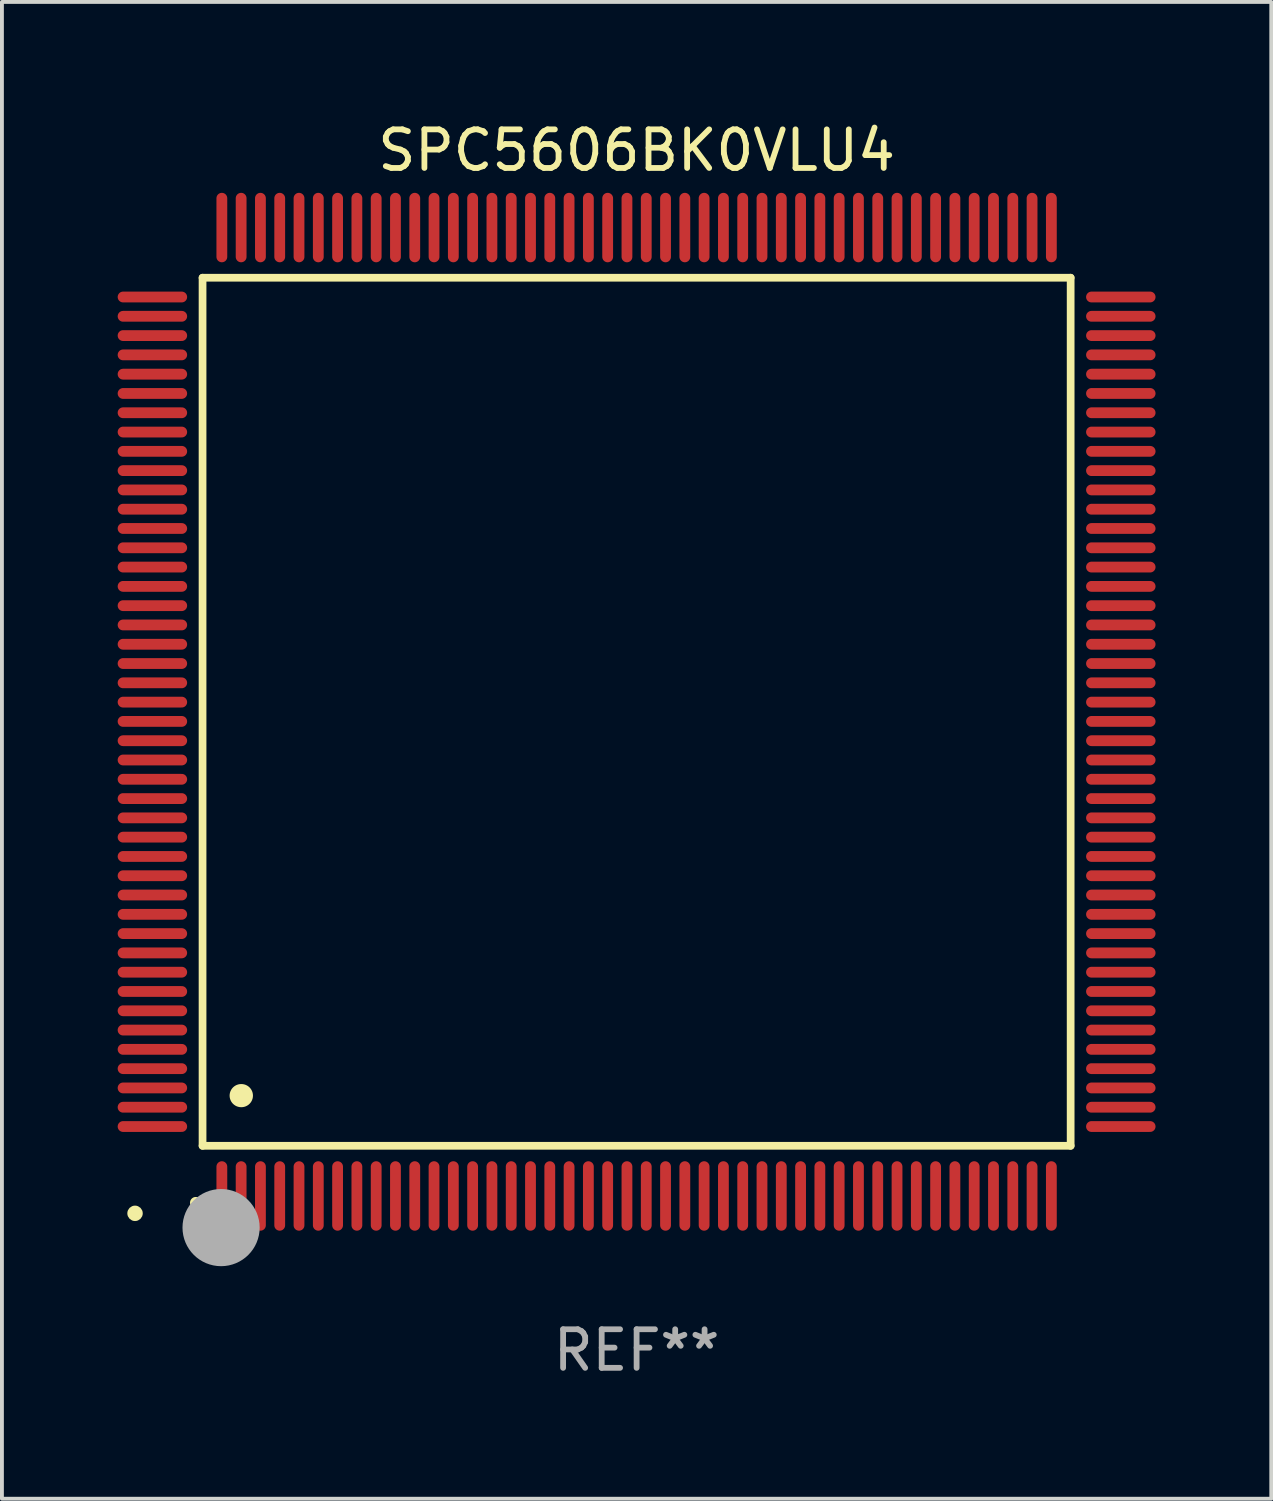
<source format=kicad_pcb>
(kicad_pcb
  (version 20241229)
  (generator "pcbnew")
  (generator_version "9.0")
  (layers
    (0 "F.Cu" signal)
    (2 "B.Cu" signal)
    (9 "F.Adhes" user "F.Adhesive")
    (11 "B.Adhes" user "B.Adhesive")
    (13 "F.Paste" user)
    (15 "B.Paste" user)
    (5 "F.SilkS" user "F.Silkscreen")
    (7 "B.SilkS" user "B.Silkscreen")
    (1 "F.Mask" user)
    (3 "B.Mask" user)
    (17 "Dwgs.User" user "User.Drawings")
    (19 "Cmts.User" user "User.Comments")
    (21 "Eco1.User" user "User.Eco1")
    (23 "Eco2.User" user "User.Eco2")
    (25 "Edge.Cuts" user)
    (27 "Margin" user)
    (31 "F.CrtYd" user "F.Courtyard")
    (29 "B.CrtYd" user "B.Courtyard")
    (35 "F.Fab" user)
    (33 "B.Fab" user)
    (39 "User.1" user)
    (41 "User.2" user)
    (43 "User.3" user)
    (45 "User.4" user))
  (footprint "SPC5606BK0VLU4"
    (layer "F.Cu")
    (at 13.45 15.398)
    (property "Reference" "SPC5606BK0VLU4" (at 0 -14.55 0) (layer "F.SilkS") (effects (font (size 1 1) (thickness 0.15))))
    (attr through_hole)
    (fp_line (start -11.25 -11.25) (end 11.25 -11.25) (stroke (width 0.2) (type solid)) (layer "F.SilkS"))
    (fp_line (start -11.25 11.25) (end -11.25 -11.25) (stroke (width 0.2) (type solid)) (layer "F.SilkS"))
    (fp_line (start 11.25 -11.25) (end 11.25 11.25) (stroke (width 0.2) (type solid)) (layer "F.SilkS"))
    (fp_line (start 11.25 11.25) (end -11.25 11.25) (stroke (width 0.2) (type solid)) (layer "F.SilkS"))
    (fp_arc (start -11.424943 12.725425) (mid -11.423673 12.72542) (end -11.422403 12.725425) (stroke (width 0.3) (type solid)) (layer "F.SilkS"))
    (fp_arc (start -10.24892 9.9492) (mid -10.24638 9.949189) (end -10.24384 9.9492) (stroke (width 0.6) (type solid)) (layer "F.SilkS"))
    (fp_circle (center -13 13) (end -12.9 13) (stroke (width 0.2) (type solid)) (fill no) (layer "F.SilkS"))
    (fp_circle (center -10.77 13.37) (end -10.27 13.37) (stroke (width 1) (type solid)) (fill no) (layer "F.Fab"))
    (fp_text user "REF**" (at 0 16.55 0) (layer "F.Fab") (effects (font (size 1 1) (thickness 0.15))))
    (pad "1" smd oval (at -10.75 12.55) (size 0.28 1.8) (layers "F.Cu" "F.Mask" "F.Paste"))
    (pad "2" smd oval (at -10.25 12.55) (size 0.28 1.8) (layers "F.Cu" "F.Mask" "F.Paste"))
    (pad "3" smd oval (at -9.75 12.55) (size 0.28 1.8) (layers "F.Cu" "F.Mask" "F.Paste"))
    (pad "4" smd oval (at -9.25 12.55) (size 0.28 1.8) (layers "F.Cu" "F.Mask" "F.Paste"))
    (pad "5" smd oval (at -8.75 12.55) (size 0.28 1.8) (layers "F.Cu" "F.Mask" "F.Paste"))
    (pad "6" smd oval (at -8.25 12.55) (size 0.28 1.8) (layers "F.Cu" "F.Mask" "F.Paste"))
    (pad "7" smd oval (at -7.75 12.55) (size 0.28 1.8) (layers "F.Cu" "F.Mask" "F.Paste"))
    (pad "8" smd oval (at -7.25 12.55) (size 0.28 1.8) (layers "F.Cu" "F.Mask" "F.Paste"))
    (pad "9" smd oval (at -6.75 12.55) (size 0.28 1.8) (layers "F.Cu" "F.Mask" "F.Paste"))
    (pad "10" smd oval (at -6.25 12.55) (size 0.28 1.8) (layers "F.Cu" "F.Mask" "F.Paste"))
    (pad "11" smd oval (at -5.75 12.55) (size 0.28 1.8) (layers "F.Cu" "F.Mask" "F.Paste"))
    (pad "12" smd oval (at -5.25 12.55) (size 0.28 1.8) (layers "F.Cu" "F.Mask" "F.Paste"))
    (pad "13" smd oval (at -4.75 12.55) (size 0.28 1.8) (layers "F.Cu" "F.Mask" "F.Paste"))
    (pad "14" smd oval (at -4.25 12.55) (size 0.28 1.8) (layers "F.Cu" "F.Mask" "F.Paste"))
    (pad "15" smd oval (at -3.75 12.55) (size 0.28 1.8) (layers "F.Cu" "F.Mask" "F.Paste"))
    (pad "16" smd oval (at -3.25 12.55) (size 0.28 1.8) (layers "F.Cu" "F.Mask" "F.Paste"))
    (pad "17" smd oval (at -2.75 12.55) (size 0.28 1.8) (layers "F.Cu" "F.Mask" "F.Paste"))
    (pad "18" smd oval (at -2.25 12.55) (size 0.28 1.8) (layers "F.Cu" "F.Mask" "F.Paste"))
    (pad "19" smd oval (at -1.75 12.55) (size 0.28 1.8) (layers "F.Cu" "F.Mask" "F.Paste"))
    (pad "20" smd oval (at -1.25 12.55) (size 0.28 1.8) (layers "F.Cu" "F.Mask" "F.Paste"))
    (pad "21" smd oval (at -0.75 12.55) (size 0.28 1.8) (layers "F.Cu" "F.Mask" "F.Paste"))
    (pad "22" smd oval (at -0.25 12.55) (size 0.28 1.8) (layers "F.Cu" "F.Mask" "F.Paste"))
    (pad "23" smd oval (at 0.25 12.55) (size 0.28 1.8) (layers "F.Cu" "F.Mask" "F.Paste"))
    (pad "24" smd oval (at 0.75 12.55) (size 0.28 1.8) (layers "F.Cu" "F.Mask" "F.Paste"))
    (pad "25" smd oval (at 1.25 12.55) (size 0.28 1.8) (layers "F.Cu" "F.Mask" "F.Paste"))
    (pad "26" smd oval (at 1.75 12.55) (size 0.28 1.8) (layers "F.Cu" "F.Mask" "F.Paste"))
    (pad "27" smd oval (at 2.25 12.55) (size 0.28 1.8) (layers "F.Cu" "F.Mask" "F.Paste"))
    (pad "28" smd oval (at 2.75 12.55) (size 0.28 1.8) (layers "F.Cu" "F.Mask" "F.Paste"))
    (pad "29" smd oval (at 3.25 12.55) (size 0.28 1.8) (layers "F.Cu" "F.Mask" "F.Paste"))
    (pad "30" smd oval (at 3.75 12.55) (size 0.28 1.8) (layers "F.Cu" "F.Mask" "F.Paste"))
    (pad "31" smd oval (at 4.25 12.55) (size 0.28 1.8) (layers "F.Cu" "F.Mask" "F.Paste"))
    (pad "32" smd oval (at 4.75 12.55) (size 0.28 1.8) (layers "F.Cu" "F.Mask" "F.Paste"))
    (pad "33" smd oval (at 5.25 12.55) (size 0.28 1.8) (layers "F.Cu" "F.Mask" "F.Paste"))
    (pad "34" smd oval (at 5.75 12.55) (size 0.28 1.8) (layers "F.Cu" "F.Mask" "F.Paste"))
    (pad "35" smd oval (at 6.25 12.55) (size 0.28 1.8) (layers "F.Cu" "F.Mask" "F.Paste"))
    (pad "36" smd oval (at 6.75 12.55) (size 0.28 1.8) (layers "F.Cu" "F.Mask" "F.Paste"))
    (pad "37" smd oval (at 7.25 12.55) (size 0.28 1.8) (layers "F.Cu" "F.Mask" "F.Paste"))
    (pad "38" smd oval (at 7.75 12.55) (size 0.28 1.8) (layers "F.Cu" "F.Mask" "F.Paste"))
    (pad "39" smd oval (at 8.25 12.55) (size 0.28 1.8) (layers "F.Cu" "F.Mask" "F.Paste"))
    (pad "40" smd oval (at 8.75 12.55) (size 0.28 1.8) (layers "F.Cu" "F.Mask" "F.Paste"))
    (pad "41" smd oval (at 9.25 12.55) (size 0.28 1.8) (layers "F.Cu" "F.Mask" "F.Paste"))
    (pad "42" smd oval (at 9.75 12.55) (size 0.28 1.8) (layers "F.Cu" "F.Mask" "F.Paste"))
    (pad "43" smd oval (at 10.25 12.55) (size 0.28 1.8) (layers "F.Cu" "F.Mask" "F.Paste"))
    (pad "44" smd oval (at 10.75 12.55) (size 0.28 1.8) (layers "F.Cu" "F.Mask" "F.Paste"))
    (pad "45" smd oval (at 12.55 10.75) (size 1.8 0.28) (layers "F.Cu" "F.Mask" "F.Paste"))
    (pad "46" smd oval (at 12.55 10.25) (size 1.8 0.28) (layers "F.Cu" "F.Mask" "F.Paste"))
    (pad "47" smd oval (at 12.55 9.75) (size 1.8 0.28) (layers "F.Cu" "F.Mask" "F.Paste"))
    (pad "48" smd oval (at 12.55 9.25) (size 1.8 0.28) (layers "F.Cu" "F.Mask" "F.Paste"))
    (pad "49" smd oval (at 12.55 8.75) (size 1.8 0.28) (layers "F.Cu" "F.Mask" "F.Paste"))
    (pad "50" smd oval (at 12.55 8.25) (size 1.8 0.28) (layers "F.Cu" "F.Mask" "F.Paste"))
    (pad "51" smd oval (at 12.55 7.75) (size 1.8 0.28) (layers "F.Cu" "F.Mask" "F.Paste"))
    (pad "52" smd oval (at 12.55 7.25) (size 1.8 0.28) (layers "F.Cu" "F.Mask" "F.Paste"))
    (pad "53" smd oval (at 12.55 6.75) (size 1.8 0.28) (layers "F.Cu" "F.Mask" "F.Paste"))
    (pad "54" smd oval (at 12.55 6.25) (size 1.8 0.28) (layers "F.Cu" "F.Mask" "F.Paste"))
    (pad "55" smd oval (at 12.55 5.75) (size 1.8 0.28) (layers "F.Cu" "F.Mask" "F.Paste"))
    (pad "56" smd oval (at 12.55 5.25) (size 1.8 0.28) (layers "F.Cu" "F.Mask" "F.Paste"))
    (pad "57" smd oval (at 12.55 4.75) (size 1.8 0.28) (layers "F.Cu" "F.Mask" "F.Paste"))
    (pad "58" smd oval (at 12.55 4.25) (size 1.8 0.28) (layers "F.Cu" "F.Mask" "F.Paste"))
    (pad "59" smd oval (at 12.55 3.75) (size 1.8 0.28) (layers "F.Cu" "F.Mask" "F.Paste"))
    (pad "60" smd oval (at 12.55 3.25) (size 1.8 0.28) (layers "F.Cu" "F.Mask" "F.Paste"))
    (pad "61" smd oval (at 12.55 2.75) (size 1.8 0.28) (layers "F.Cu" "F.Mask" "F.Paste"))
    (pad "62" smd oval (at 12.55 2.25) (size 1.8 0.28) (layers "F.Cu" "F.Mask" "F.Paste"))
    (pad "63" smd oval (at 12.55 1.75) (size 1.8 0.28) (layers "F.Cu" "F.Mask" "F.Paste"))
    (pad "64" smd oval (at 12.55 1.25) (size 1.8 0.28) (layers "F.Cu" "F.Mask" "F.Paste"))
    (pad "65" smd oval (at 12.55 0.75) (size 1.8 0.28) (layers "F.Cu" "F.Mask" "F.Paste"))
    (pad "66" smd oval (at 12.55 0.25) (size 1.8 0.28) (layers "F.Cu" "F.Mask" "F.Paste"))
    (pad "67" smd oval (at 12.55 -0.25) (size 1.8 0.28) (layers "F.Cu" "F.Mask" "F.Paste"))
    (pad "68" smd oval (at 12.55 -0.75) (size 1.8 0.28) (layers "F.Cu" "F.Mask" "F.Paste"))
    (pad "69" smd oval (at 12.55 -1.25) (size 1.8 0.28) (layers "F.Cu" "F.Mask" "F.Paste"))
    (pad "70" smd oval (at 12.55 -1.75) (size 1.8 0.28) (layers "F.Cu" "F.Mask" "F.Paste"))
    (pad "71" smd oval (at 12.55 -2.25) (size 1.8 0.28) (layers "F.Cu" "F.Mask" "F.Paste"))
    (pad "72" smd oval (at 12.55 -2.75) (size 1.8 0.28) (layers "F.Cu" "F.Mask" "F.Paste"))
    (pad "73" smd oval (at 12.55 -3.25) (size 1.8 0.28) (layers "F.Cu" "F.Mask" "F.Paste"))
    (pad "74" smd oval (at 12.55 -3.75) (size 1.8 0.28) (layers "F.Cu" "F.Mask" "F.Paste"))
    (pad "75" smd oval (at 12.55 -4.25) (size 1.8 0.28) (layers "F.Cu" "F.Mask" "F.Paste"))
    (pad "76" smd oval (at 12.55 -4.75) (size 1.8 0.28) (layers "F.Cu" "F.Mask" "F.Paste"))
    (pad "77" smd oval (at 12.55 -5.25) (size 1.8 0.28) (layers "F.Cu" "F.Mask" "F.Paste"))
    (pad "78" smd oval (at 12.55 -5.75) (size 1.8 0.28) (layers "F.Cu" "F.Mask" "F.Paste"))
    (pad "79" smd oval (at 12.55 -6.25) (size 1.8 0.28) (layers "F.Cu" "F.Mask" "F.Paste"))
    (pad "80" smd oval (at 12.55 -6.75) (size 1.8 0.28) (layers "F.Cu" "F.Mask" "F.Paste"))
    (pad "81" smd oval (at 12.55 -7.25) (size 1.8 0.28) (layers "F.Cu" "F.Mask" "F.Paste"))
    (pad "82" smd oval (at 12.55 -7.75) (size 1.8 0.28) (layers "F.Cu" "F.Mask" "F.Paste"))
    (pad "83" smd oval (at 12.55 -8.25) (size 1.8 0.28) (layers "F.Cu" "F.Mask" "F.Paste"))
    (pad "84" smd oval (at 12.55 -8.75) (size 1.8 0.28) (layers "F.Cu" "F.Mask" "F.Paste"))
    (pad "85" smd oval (at 12.55 -9.25) (size 1.8 0.28) (layers "F.Cu" "F.Mask" "F.Paste"))
    (pad "86" smd oval (at 12.55 -9.75) (size 1.8 0.28) (layers "F.Cu" "F.Mask" "F.Paste"))
    (pad "87" smd oval (at 12.55 -10.25) (size 1.8 0.28) (layers "F.Cu" "F.Mask" "F.Paste"))
    (pad "88" smd oval (at 12.55 -10.75) (size 1.8 0.28) (layers "F.Cu" "F.Mask" "F.Paste"))
    (pad "89" smd oval (at 10.75 -12.55) (size 0.28 1.8) (layers "F.Cu" "F.Mask" "F.Paste"))
    (pad "90" smd oval (at 10.25 -12.55) (size 0.28 1.8) (layers "F.Cu" "F.Mask" "F.Paste"))
    (pad "91" smd oval (at 9.75 -12.55) (size 0.28 1.8) (layers "F.Cu" "F.Mask" "F.Paste"))
    (pad "92" smd oval (at 9.25 -12.55) (size 0.28 1.8) (layers "F.Cu" "F.Mask" "F.Paste"))
    (pad "93" smd oval (at 8.75 -12.55) (size 0.28 1.8) (layers "F.Cu" "F.Mask" "F.Paste"))
    (pad "94" smd oval (at 8.25 -12.55) (size 0.28 1.8) (layers "F.Cu" "F.Mask" "F.Paste"))
    (pad "95" smd oval (at 7.75 -12.55) (size 0.28 1.8) (layers "F.Cu" "F.Mask" "F.Paste"))
    (pad "96" smd oval (at 7.25 -12.55) (size 0.28 1.8) (layers "F.Cu" "F.Mask" "F.Paste"))
    (pad "97" smd oval (at 6.75 -12.55) (size 0.28 1.8) (layers "F.Cu" "F.Mask" "F.Paste"))
    (pad "98" smd oval (at 6.25 -12.55) (size 0.28 1.8) (layers "F.Cu" "F.Mask" "F.Paste"))
    (pad "99" smd oval (at 5.75 -12.55) (size 0.28 1.8) (layers "F.Cu" "F.Mask" "F.Paste"))
    (pad "100" smd oval (at 5.25 -12.55) (size 0.28 1.8) (layers "F.Cu" "F.Mask" "F.Paste"))
    (pad "101" smd oval (at 4.75 -12.55) (size 0.28 1.8) (layers "F.Cu" "F.Mask" "F.Paste"))
    (pad "102" smd oval (at 4.25 -12.55) (size 0.28 1.8) (layers "F.Cu" "F.Mask" "F.Paste"))
    (pad "103" smd oval (at 3.75 -12.55) (size 0.28 1.8) (layers "F.Cu" "F.Mask" "F.Paste"))
    (pad "104" smd oval (at 3.25 -12.55) (size 0.28 1.8) (layers "F.Cu" "F.Mask" "F.Paste"))
    (pad "105" smd oval (at 2.75 -12.55) (size 0.28 1.8) (layers "F.Cu" "F.Mask" "F.Paste"))
    (pad "106" smd oval (at 2.25 -12.55) (size 0.28 1.8) (layers "F.Cu" "F.Mask" "F.Paste"))
    (pad "107" smd oval (at 1.75 -12.55) (size 0.28 1.8) (layers "F.Cu" "F.Mask" "F.Paste"))
    (pad "108" smd oval (at 1.25 -12.55) (size 0.28 1.8) (layers "F.Cu" "F.Mask" "F.Paste"))
    (pad "109" smd oval (at 0.75 -12.55) (size 0.28 1.8) (layers "F.Cu" "F.Mask" "F.Paste"))
    (pad "110" smd oval (at 0.25 -12.55) (size 0.28 1.8) (layers "F.Cu" "F.Mask" "F.Paste"))
    (pad "111" smd oval (at -0.25 -12.55) (size 0.28 1.8) (layers "F.Cu" "F.Mask" "F.Paste"))
    (pad "112" smd oval (at -0.75 -12.55) (size 0.28 1.8) (layers "F.Cu" "F.Mask" "F.Paste"))
    (pad "113" smd oval (at -1.25 -12.55) (size 0.28 1.8) (layers "F.Cu" "F.Mask" "F.Paste"))
    (pad "114" smd oval (at -1.75 -12.55) (size 0.28 1.8) (layers "F.Cu" "F.Mask" "F.Paste"))
    (pad "115" smd oval (at -2.25 -12.55) (size 0.28 1.8) (layers "F.Cu" "F.Mask" "F.Paste"))
    (pad "116" smd oval (at -2.75 -12.55) (size 0.28 1.8) (layers "F.Cu" "F.Mask" "F.Paste"))
    (pad "117" smd oval (at -3.25 -12.55) (size 0.28 1.8) (layers "F.Cu" "F.Mask" "F.Paste"))
    (pad "118" smd oval (at -3.75 -12.55) (size 0.28 1.8) (layers "F.Cu" "F.Mask" "F.Paste"))
    (pad "119" smd oval (at -4.25 -12.55) (size 0.28 1.8) (layers "F.Cu" "F.Mask" "F.Paste"))
    (pad "120" smd oval (at -4.75 -12.55) (size 0.28 1.8) (layers "F.Cu" "F.Mask" "F.Paste"))
    (pad "121" smd oval (at -5.25 -12.55) (size 0.28 1.8) (layers "F.Cu" "F.Mask" "F.Paste"))
    (pad "122" smd oval (at -5.75 -12.55) (size 0.28 1.8) (layers "F.Cu" "F.Mask" "F.Paste"))
    (pad "123" smd oval (at -6.25 -12.55) (size 0.28 1.8) (layers "F.Cu" "F.Mask" "F.Paste"))
    (pad "124" smd oval (at -6.75 -12.55) (size 0.28 1.8) (layers "F.Cu" "F.Mask" "F.Paste"))
    (pad "125" smd oval (at -7.25 -12.55) (size 0.28 1.8) (layers "F.Cu" "F.Mask" "F.Paste"))
    (pad "126" smd oval (at -7.75 -12.55) (size 0.28 1.8) (layers "F.Cu" "F.Mask" "F.Paste"))
    (pad "127" smd oval (at -8.25 -12.55) (size 0.28 1.8) (layers "F.Cu" "F.Mask" "F.Paste"))
    (pad "128" smd oval (at -8.75 -12.55) (size 0.28 1.8) (layers "F.Cu" "F.Mask" "F.Paste"))
    (pad "129" smd oval (at -9.25 -12.55) (size 0.28 1.8) (layers "F.Cu" "F.Mask" "F.Paste"))
    (pad "130" smd oval (at -9.75 -12.55) (size 0.28 1.8) (layers "F.Cu" "F.Mask" "F.Paste"))
    (pad "131" smd oval (at -10.25 -12.55) (size 0.28 1.8) (layers "F.Cu" "F.Mask" "F.Paste"))
    (pad "132" smd oval (at -10.75 -12.55) (size 0.28 1.8) (layers "F.Cu" "F.Mask" "F.Paste"))
    (pad "133" smd oval (at -12.55 -10.75) (size 1.8 0.28) (layers "F.Cu" "F.Mask" "F.Paste"))
    (pad "134" smd oval (at -12.55 -10.25) (size 1.8 0.28) (layers "F.Cu" "F.Mask" "F.Paste"))
    (pad "135" smd oval (at -12.55 -9.75) (size 1.8 0.28) (layers "F.Cu" "F.Mask" "F.Paste"))
    (pad "136" smd oval (at -12.55 -9.25) (size 1.8 0.28) (layers "F.Cu" "F.Mask" "F.Paste"))
    (pad "137" smd oval (at -12.55 -8.75) (size 1.8 0.28) (layers "F.Cu" "F.Mask" "F.Paste"))
    (pad "138" smd oval (at -12.55 -8.25) (size 1.8 0.28) (layers "F.Cu" "F.Mask" "F.Paste"))
    (pad "139" smd oval (at -12.55 -7.75) (size 1.8 0.28) (layers "F.Cu" "F.Mask" "F.Paste"))
    (pad "140" smd oval (at -12.55 -7.25) (size 1.8 0.28) (layers "F.Cu" "F.Mask" "F.Paste"))
    (pad "141" smd oval (at -12.55 -6.75) (size 1.8 0.28) (layers "F.Cu" "F.Mask" "F.Paste"))
    (pad "142" smd oval (at -12.55 -6.25) (size 1.8 0.28) (layers "F.Cu" "F.Mask" "F.Paste"))
    (pad "143" smd oval (at -12.55 -5.75) (size 1.8 0.28) (layers "F.Cu" "F.Mask" "F.Paste"))
    (pad "144" smd oval (at -12.55 -5.25) (size 1.8 0.28) (layers "F.Cu" "F.Mask" "F.Paste"))
    (pad "145" smd oval (at -12.55 -4.75) (size 1.8 0.28) (layers "F.Cu" "F.Mask" "F.Paste"))
    (pad "146" smd oval (at -12.55 -4.25) (size 1.8 0.28) (layers "F.Cu" "F.Mask" "F.Paste"))
    (pad "147" smd oval (at -12.55 -3.75) (size 1.8 0.28) (layers "F.Cu" "F.Mask" "F.Paste"))
    (pad "148" smd oval (at -12.55 -3.25) (size 1.8 0.28) (layers "F.Cu" "F.Mask" "F.Paste"))
    (pad "149" smd oval (at -12.55 -2.75) (size 1.8 0.28) (layers "F.Cu" "F.Mask" "F.Paste"))
    (pad "150" smd oval (at -12.55 -2.25) (size 1.8 0.28) (layers "F.Cu" "F.Mask" "F.Paste"))
    (pad "151" smd oval (at -12.55 -1.75) (size 1.8 0.28) (layers "F.Cu" "F.Mask" "F.Paste"))
    (pad "152" smd oval (at -12.55 -1.25) (size 1.8 0.28) (layers "F.Cu" "F.Mask" "F.Paste"))
    (pad "153" smd oval (at -12.55 -0.75) (size 1.8 0.28) (layers "F.Cu" "F.Mask" "F.Paste"))
    (pad "154" smd oval (at -12.55 -0.25) (size 1.8 0.28) (layers "F.Cu" "F.Mask" "F.Paste"))
    (pad "155" smd oval (at -12.55 0.25) (size 1.8 0.28) (layers "F.Cu" "F.Mask" "F.Paste"))
    (pad "156" smd oval (at -12.55 0.75) (size 1.8 0.28) (layers "F.Cu" "F.Mask" "F.Paste"))
    (pad "157" smd oval (at -12.55 1.25) (size 1.8 0.28) (layers "F.Cu" "F.Mask" "F.Paste"))
    (pad "158" smd oval (at -12.55 1.75) (size 1.8 0.28) (layers "F.Cu" "F.Mask" "F.Paste"))
    (pad "159" smd oval (at -12.55 2.25) (size 1.8 0.28) (layers "F.Cu" "F.Mask" "F.Paste"))
    (pad "160" smd oval (at -12.55 2.75) (size 1.8 0.28) (layers "F.Cu" "F.Mask" "F.Paste"))
    (pad "161" smd oval (at -12.55 3.25) (size 1.8 0.28) (layers "F.Cu" "F.Mask" "F.Paste"))
    (pad "162" smd oval (at -12.55 3.75) (size 1.8 0.28) (layers "F.Cu" "F.Mask" "F.Paste"))
    (pad "163" smd oval (at -12.55 4.25) (size 1.8 0.28) (layers "F.Cu" "F.Mask" "F.Paste"))
    (pad "164" smd oval (at -12.55 4.75) (size 1.8 0.28) (layers "F.Cu" "F.Mask" "F.Paste"))
    (pad "165" smd oval (at -12.55 5.25) (size 1.8 0.28) (layers "F.Cu" "F.Mask" "F.Paste"))
    (pad "166" smd oval (at -12.55 5.75) (size 1.8 0.28) (layers "F.Cu" "F.Mask" "F.Paste"))
    (pad "167" smd oval (at -12.55 6.25) (size 1.8 0.28) (layers "F.Cu" "F.Mask" "F.Paste"))
    (pad "168" smd oval (at -12.55 6.75) (size 1.8 0.28) (layers "F.Cu" "F.Mask" "F.Paste"))
    (pad "169" smd oval (at -12.55 7.25) (size 1.8 0.28) (layers "F.Cu" "F.Mask" "F.Paste"))
    (pad "170" smd oval (at -12.55 7.75) (size 1.8 0.28) (layers "F.Cu" "F.Mask" "F.Paste"))
    (pad "171" smd oval (at -12.55 8.25) (size 1.8 0.28) (layers "F.Cu" "F.Mask" "F.Paste"))
    (pad "172" smd oval (at -12.55 8.75) (size 1.8 0.28) (layers "F.Cu" "F.Mask" "F.Paste"))
    (pad "173" smd oval (at -12.55 9.25) (size 1.8 0.28) (layers "F.Cu" "F.Mask" "F.Paste"))
    (pad "174" smd oval (at -12.55 9.75) (size 1.8 0.28) (layers "F.Cu" "F.Mask" "F.Paste"))
    (pad "175" smd oval (at -12.55 10.25) (size 1.8 0.28) (layers "F.Cu" "F.Mask" "F.Paste"))
    (pad "176" smd oval (at -12.55 10.75) (size 1.8 0.28) (layers "F.Cu" "F.Mask" "F.Paste")))
  (gr_rect
    (start -3 -3)
    (end 29.9 35.796)
    (stroke (width 0.1) (type default))
    (fill no)
    (layer "Edge.Cuts")))
</source>
